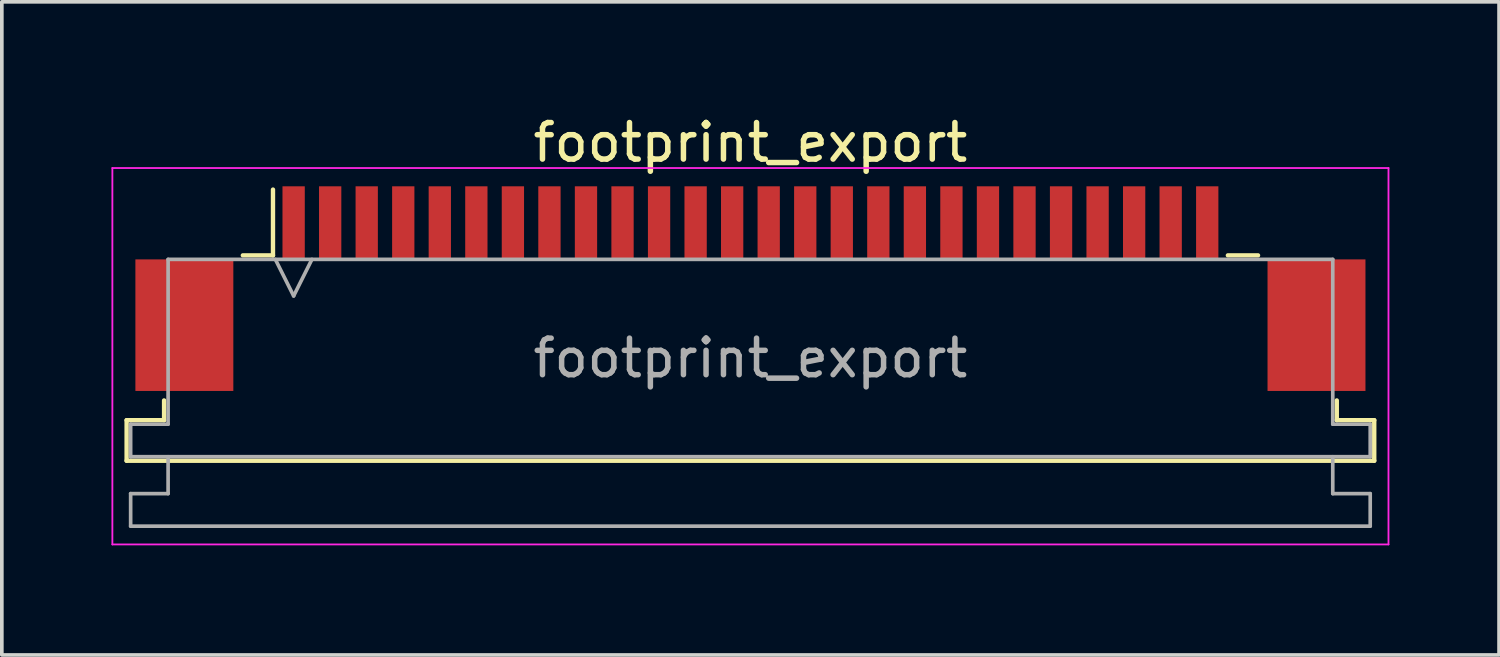
<source format=kicad_pcb>
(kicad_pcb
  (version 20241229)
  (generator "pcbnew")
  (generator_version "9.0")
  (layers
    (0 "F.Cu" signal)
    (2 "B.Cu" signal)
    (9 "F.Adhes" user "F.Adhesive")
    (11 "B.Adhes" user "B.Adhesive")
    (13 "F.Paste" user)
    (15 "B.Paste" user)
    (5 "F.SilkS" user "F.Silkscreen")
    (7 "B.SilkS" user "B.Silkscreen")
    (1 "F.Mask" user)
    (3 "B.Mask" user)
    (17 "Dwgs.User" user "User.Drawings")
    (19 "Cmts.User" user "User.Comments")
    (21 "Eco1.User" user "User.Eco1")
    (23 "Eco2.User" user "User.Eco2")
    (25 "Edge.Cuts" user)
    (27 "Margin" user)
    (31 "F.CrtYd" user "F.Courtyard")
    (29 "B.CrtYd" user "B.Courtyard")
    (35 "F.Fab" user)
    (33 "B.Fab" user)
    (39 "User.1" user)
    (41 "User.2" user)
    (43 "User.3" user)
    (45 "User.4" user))
  (footprint "footprint_export"
    (layer "F.Cu")
    (at 17.485 4.848)
    (property "Reference" "footprint_export" (at 0 -4 0) (layer "F.SilkS") (effects (font (size 1 1) (thickness 0.15))))
    (attr smd)
    (fp_line (start -17.07 3.6) (end -16.045 3.6) (stroke (width 0.12) (type solid)) (layer "F.SilkS"))
    (fp_line (start -17.07 4.71) (end -17.07 3.6) (stroke (width 0.12) (type solid)) (layer "F.SilkS"))
    (fp_line (start -16.045 3.6) (end -16.045 3.06) (stroke (width 0.12) (type solid)) (layer "F.SilkS"))
    (fp_line (start -13.89 -0.91) (end -13.065 -0.91) (stroke (width 0.12) (type solid)) (layer "F.SilkS"))
    (fp_line (start -13.065 -0.91) (end -13.065 -2.71) (stroke (width 0.12) (type solid)) (layer "F.SilkS"))
    (fp_line (start 13.065 -0.91) (end 13.89 -0.91) (stroke (width 0.12) (type solid)) (layer "F.SilkS"))
    (fp_line (start 16.045 3.06) (end 16.045 3.6) (stroke (width 0.12) (type solid)) (layer "F.SilkS"))
    (fp_line (start 16.045 3.6) (end 17.07 3.6) (stroke (width 0.12) (type solid)) (layer "F.SilkS"))
    (fp_line (start 17.07 3.6) (end 17.07 4.71) (stroke (width 0.12) (type solid)) (layer "F.SilkS"))
    (fp_line (start 17.07 4.71) (end -17.07 4.71) (stroke (width 0.12) (type solid)) (layer "F.SilkS"))
    (fp_line (start -17.46 -3.3) (end -17.46 7) (stroke (width 0.05) (type solid)) (layer "F.CrtYd"))
    (fp_line (start -17.46 7) (end 17.46 7) (stroke (width 0.05) (type solid)) (layer "F.CrtYd"))
    (fp_line (start 17.46 -3.3) (end -17.46 -3.3) (stroke (width 0.05) (type solid)) (layer "F.CrtYd"))
    (fp_line (start 17.46 7) (end 17.46 -3.3) (stroke (width 0.05) (type solid)) (layer "F.CrtYd"))
    (fp_line (start -16.96 3.71) (end -15.935 3.71) (stroke (width 0.1) (type solid)) (layer "F.Fab"))
    (fp_line (start -16.96 4.6) (end -16.96 3.71) (stroke (width 0.1) (type solid)) (layer "F.Fab"))
    (fp_line (start -16.96 5.61) (end -15.935 5.61) (stroke (width 0.1) (type solid)) (layer "F.Fab"))
    (fp_line (start -16.96 6.5) (end -16.96 5.61) (stroke (width 0.1) (type solid)) (layer "F.Fab"))
    (fp_line (start -15.935 -0.8) (end 15.935 -0.8) (stroke (width 0.1) (type solid)) (layer "F.Fab"))
    (fp_line (start -15.935 3.71) (end -15.935 -0.8) (stroke (width 0.1) (type solid)) (layer "F.Fab"))
    (fp_line (start -15.935 5.61) (end -15.935 4.6) (stroke (width 0.1) (type solid)) (layer "F.Fab"))
    (fp_line (start -13 -0.8) (end -12.5 0.2) (stroke (width 0.1) (type solid)) (layer "F.Fab"))
    (fp_line (start -12.5 0.2) (end -12 -0.8) (stroke (width 0.1) (type solid)) (layer "F.Fab"))
    (fp_line (start 15.935 -0.8) (end 15.935 3.71) (stroke (width 0.1) (type solid)) (layer "F.Fab"))
    (fp_line (start 15.935 3.71) (end 16.96 3.71) (stroke (width 0.1) (type solid)) (layer "F.Fab"))
    (fp_line (start 15.935 4.6) (end 15.935 5.61) (stroke (width 0.1) (type solid)) (layer "F.Fab"))
    (fp_line (start 15.935 5.61) (end 16.96 5.61) (stroke (width 0.1) (type solid)) (layer "F.Fab"))
    (fp_line (start 16.96 3.71) (end 16.96 4.6) (stroke (width 0.1) (type solid)) (layer "F.Fab"))
    (fp_line (start 16.96 4.6) (end -16.96 4.6) (stroke (width 0.1) (type solid)) (layer "F.Fab"))
    (fp_line (start 16.96 5.61) (end 16.96 6.5) (stroke (width 0.1) (type solid)) (layer "F.Fab"))
    (fp_line (start 16.96 6.5) (end -16.96 6.5) (stroke (width 0.1) (type solid)) (layer "F.Fab"))
    (fp_text user "${REFERENCE}" (at 0 1.9 0) (layer "F.Fab") (effects (font (size 1 1) (thickness 0.15))))
    (pad "1" smd rect (at -12.5 -1.8) (size 0.61 2) (layers "F.Cu" "F.Mask" "F.Paste"))
    (pad "2" smd rect (at -11.5 -1.8) (size 0.61 2) (layers "F.Cu" "F.Mask" "F.Paste"))
    (pad "3" smd rect (at -10.5 -1.8) (size 0.61 2) (layers "F.Cu" "F.Mask" "F.Paste"))
    (pad "4" smd rect (at -9.5 -1.8) (size 0.61 2) (layers "F.Cu" "F.Mask" "F.Paste"))
    (pad "5" smd rect (at -8.5 -1.8) (size 0.61 2) (layers "F.Cu" "F.Mask" "F.Paste"))
    (pad "6" smd rect (at -7.5 -1.8) (size 0.61 2) (layers "F.Cu" "F.Mask" "F.Paste"))
    (pad "7" smd rect (at -6.5 -1.8) (size 0.61 2) (layers "F.Cu" "F.Mask" "F.Paste"))
    (pad "8" smd rect (at -5.5 -1.8) (size 0.61 2) (layers "F.Cu" "F.Mask" "F.Paste"))
    (pad "9" smd rect (at -4.5 -1.8) (size 0.61 2) (layers "F.Cu" "F.Mask" "F.Paste"))
    (pad "10" smd rect (at -3.5 -1.8) (size 0.61 2) (layers "F.Cu" "F.Mask" "F.Paste"))
    (pad "11" smd rect (at -2.5 -1.8) (size 0.61 2) (layers "F.Cu" "F.Mask" "F.Paste"))
    (pad "12" smd rect (at -1.5 -1.8) (size 0.61 2) (layers "F.Cu" "F.Mask" "F.Paste"))
    (pad "13" smd rect (at -0.5 -1.8) (size 0.61 2) (layers "F.Cu" "F.Mask" "F.Paste"))
    (pad "14" smd rect (at 0.5 -1.8) (size 0.61 2) (layers "F.Cu" "F.Mask" "F.Paste"))
    (pad "15" smd rect (at 1.5 -1.8) (size 0.61 2) (layers "F.Cu" "F.Mask" "F.Paste"))
    (pad "16" smd rect (at 2.5 -1.8) (size 0.61 2) (layers "F.Cu" "F.Mask" "F.Paste"))
    (pad "17" smd rect (at 3.5 -1.8) (size 0.61 2) (layers "F.Cu" "F.Mask" "F.Paste"))
    (pad "18" smd rect (at 4.5 -1.8) (size 0.61 2) (layers "F.Cu" "F.Mask" "F.Paste"))
    (pad "19" smd rect (at 5.5 -1.8) (size 0.61 2) (layers "F.Cu" "F.Mask" "F.Paste"))
    (pad "20" smd rect (at 6.5 -1.8) (size 0.61 2) (layers "F.Cu" "F.Mask" "F.Paste"))
    (pad "21" smd rect (at 7.5 -1.8) (size 0.61 2) (layers "F.Cu" "F.Mask" "F.Paste"))
    (pad "22" smd rect (at 8.5 -1.8) (size 0.61 2) (layers "F.Cu" "F.Mask" "F.Paste"))
    (pad "23" smd rect (at 9.5 -1.8) (size 0.61 2) (layers "F.Cu" "F.Mask" "F.Paste"))
    (pad "24" smd rect (at 10.5 -1.8) (size 0.61 2) (layers "F.Cu" "F.Mask" "F.Paste"))
    (pad "25" smd rect (at 11.5 -1.8) (size 0.61 2) (layers "F.Cu" "F.Mask" "F.Paste"))
    (pad "26" smd rect (at 12.5 -1.8) (size 0.61 2) (layers "F.Cu" "F.Mask" "F.Paste"))
    (pad "MP" smd rect (at -15.49 1) (size 2.68 3.6) (layers "F.Cu" "F.Mask" "F.Paste"))
    (pad "MP" smd rect (at 15.49 1) (size 2.68 3.6) (layers "F.Cu" "F.Mask" "F.Paste")))
  (gr_rect
    (start -3 -3)
    (end 37.97 14.873)
    (stroke (width 0.1) (type default))
    (fill no)
    (layer "Edge.Cuts")))
</source>
